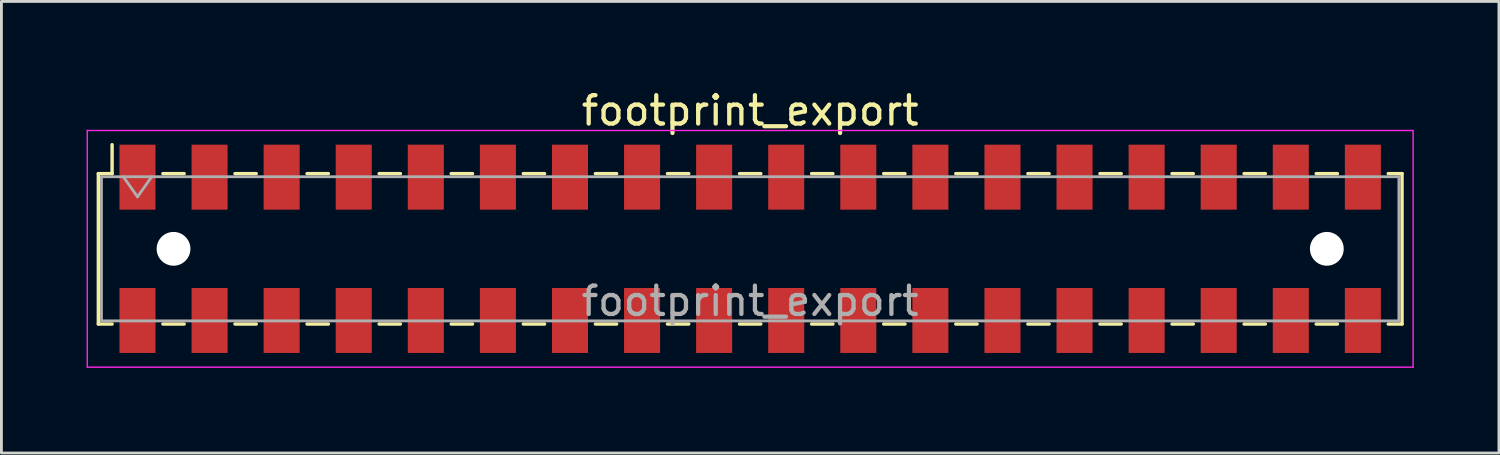
<source format=kicad_pcb>
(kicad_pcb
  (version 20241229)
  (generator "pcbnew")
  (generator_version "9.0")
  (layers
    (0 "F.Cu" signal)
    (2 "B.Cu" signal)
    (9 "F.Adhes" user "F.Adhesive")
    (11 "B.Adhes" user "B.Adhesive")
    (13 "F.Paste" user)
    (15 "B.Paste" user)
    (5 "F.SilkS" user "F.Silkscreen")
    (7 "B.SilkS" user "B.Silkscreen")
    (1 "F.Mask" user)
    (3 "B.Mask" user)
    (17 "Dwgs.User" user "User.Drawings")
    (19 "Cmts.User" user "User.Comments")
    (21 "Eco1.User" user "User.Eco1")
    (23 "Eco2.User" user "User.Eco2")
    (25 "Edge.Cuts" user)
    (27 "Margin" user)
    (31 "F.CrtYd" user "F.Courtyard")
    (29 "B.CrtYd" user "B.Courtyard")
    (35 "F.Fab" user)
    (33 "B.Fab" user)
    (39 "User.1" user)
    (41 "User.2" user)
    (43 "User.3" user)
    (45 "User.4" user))
  (footprint "footprint_export"
    (layer "F.Cu")
    (at 23.385 5.718)
    (property "Reference" "footprint_export" (at 0 -4.87 0) (layer "F.SilkS") (effects (font (size 1 1) (thickness 0.15))))
    (attr smd)
    (fp_line (start -22.97 -2.65) (end -22.97 2.65) (stroke (width 0.12) (type solid)) (layer "F.SilkS"))
    (fp_line (start -22.97 2.65) (end -22.485 2.65) (stroke (width 0.12) (type solid)) (layer "F.SilkS"))
    (fp_line (start -22.485 -3.67) (end -22.485 -2.65) (stroke (width 0.12) (type solid)) (layer "F.SilkS"))
    (fp_line (start -22.485 -2.65) (end -22.97 -2.65) (stroke (width 0.12) (type solid)) (layer "F.SilkS"))
    (fp_line (start -20.695 -2.65) (end -19.945 -2.65) (stroke (width 0.12) (type solid)) (layer "F.SilkS"))
    (fp_line (start -20.695 2.65) (end -19.945 2.65) (stroke (width 0.12) (type solid)) (layer "F.SilkS"))
    (fp_line (start -18.155 -2.65) (end -17.405 -2.65) (stroke (width 0.12) (type solid)) (layer "F.SilkS"))
    (fp_line (start -18.155 2.65) (end -17.405 2.65) (stroke (width 0.12) (type solid)) (layer "F.SilkS"))
    (fp_line (start -15.615 -2.65) (end -14.865 -2.65) (stroke (width 0.12) (type solid)) (layer "F.SilkS"))
    (fp_line (start -15.615 2.65) (end -14.865 2.65) (stroke (width 0.12) (type solid)) (layer "F.SilkS"))
    (fp_line (start -13.075 -2.65) (end -12.325 -2.65) (stroke (width 0.12) (type solid)) (layer "F.SilkS"))
    (fp_line (start -13.075 2.65) (end -12.325 2.65) (stroke (width 0.12) (type solid)) (layer "F.SilkS"))
    (fp_line (start -10.535 -2.65) (end -9.785 -2.65) (stroke (width 0.12) (type solid)) (layer "F.SilkS"))
    (fp_line (start -10.535 2.65) (end -9.785 2.65) (stroke (width 0.12) (type solid)) (layer "F.SilkS"))
    (fp_line (start -7.995 -2.65) (end -7.245 -2.65) (stroke (width 0.12) (type solid)) (layer "F.SilkS"))
    (fp_line (start -7.995 2.65) (end -7.245 2.65) (stroke (width 0.12) (type solid)) (layer "F.SilkS"))
    (fp_line (start -5.455 -2.65) (end -4.705 -2.65) (stroke (width 0.12) (type solid)) (layer "F.SilkS"))
    (fp_line (start -5.455 2.65) (end -4.705 2.65) (stroke (width 0.12) (type solid)) (layer "F.SilkS"))
    (fp_line (start -2.915 -2.65) (end -2.165 -2.65) (stroke (width 0.12) (type solid)) (layer "F.SilkS"))
    (fp_line (start -2.915 2.65) (end -2.165 2.65) (stroke (width 0.12) (type solid)) (layer "F.SilkS"))
    (fp_line (start -0.375 -2.65) (end 0.375 -2.65) (stroke (width 0.12) (type solid)) (layer "F.SilkS"))
    (fp_line (start -0.375 2.65) (end 0.375 2.65) (stroke (width 0.12) (type solid)) (layer "F.SilkS"))
    (fp_line (start 2.165 -2.65) (end 2.915 -2.65) (stroke (width 0.12) (type solid)) (layer "F.SilkS"))
    (fp_line (start 2.165 2.65) (end 2.915 2.65) (stroke (width 0.12) (type solid)) (layer "F.SilkS"))
    (fp_line (start 4.705 -2.65) (end 5.455 -2.65) (stroke (width 0.12) (type solid)) (layer "F.SilkS"))
    (fp_line (start 4.705 2.65) (end 5.455 2.65) (stroke (width 0.12) (type solid)) (layer "F.SilkS"))
    (fp_line (start 7.245 -2.65) (end 7.995 -2.65) (stroke (width 0.12) (type solid)) (layer "F.SilkS"))
    (fp_line (start 7.245 2.65) (end 7.995 2.65) (stroke (width 0.12) (type solid)) (layer "F.SilkS"))
    (fp_line (start 9.785 -2.65) (end 10.535 -2.65) (stroke (width 0.12) (type solid)) (layer "F.SilkS"))
    (fp_line (start 9.785 2.65) (end 10.535 2.65) (stroke (width 0.12) (type solid)) (layer "F.SilkS"))
    (fp_line (start 12.325 -2.65) (end 13.075 -2.65) (stroke (width 0.12) (type solid)) (layer "F.SilkS"))
    (fp_line (start 12.325 2.65) (end 13.075 2.65) (stroke (width 0.12) (type solid)) (layer "F.SilkS"))
    (fp_line (start 14.865 -2.65) (end 15.615 -2.65) (stroke (width 0.12) (type solid)) (layer "F.SilkS"))
    (fp_line (start 14.865 2.65) (end 15.615 2.65) (stroke (width 0.12) (type solid)) (layer "F.SilkS"))
    (fp_line (start 17.405 -2.65) (end 18.155 -2.65) (stroke (width 0.12) (type solid)) (layer "F.SilkS"))
    (fp_line (start 17.405 2.65) (end 18.155 2.65) (stroke (width 0.12) (type solid)) (layer "F.SilkS"))
    (fp_line (start 19.945 -2.65) (end 20.695 -2.65) (stroke (width 0.12) (type solid)) (layer "F.SilkS"))
    (fp_line (start 19.945 2.65) (end 20.695 2.65) (stroke (width 0.12) (type solid)) (layer "F.SilkS"))
    (fp_line (start 22.485 -2.65) (end 22.97 -2.65) (stroke (width 0.12) (type solid)) (layer "F.SilkS"))
    (fp_line (start 22.97 -2.65) (end 22.97 2.65) (stroke (width 0.12) (type solid)) (layer "F.SilkS"))
    (fp_line (start 22.97 2.65) (end 22.485 2.65) (stroke (width 0.12) (type solid)) (layer "F.SilkS"))
    (fp_line (start -23.36 -4.17) (end 23.36 -4.17) (stroke (width 0.05) (type solid)) (layer "F.CrtYd"))
    (fp_line (start -23.36 4.17) (end -23.36 -4.17) (stroke (width 0.05) (type solid)) (layer "F.CrtYd"))
    (fp_line (start 23.36 -4.17) (end 23.36 4.17) (stroke (width 0.05) (type solid)) (layer "F.CrtYd"))
    (fp_line (start 23.36 4.17) (end -23.36 4.17) (stroke (width 0.05) (type solid)) (layer "F.CrtYd"))
    (fp_line (start -22.86 -2.54) (end 22.86 -2.54) (stroke (width 0.1) (type solid)) (layer "F.Fab"))
    (fp_line (start -22.86 2.54) (end -22.86 -2.54) (stroke (width 0.1) (type solid)) (layer "F.Fab"))
    (fp_line (start -22.09 -2.54) (end -21.59 -1.833) (stroke (width 0.1) (type solid)) (layer "F.Fab"))
    (fp_line (start -21.59 -1.833) (end -21.09 -2.54) (stroke (width 0.1) (type solid)) (layer "F.Fab"))
    (fp_line (start 22.86 -2.54) (end 22.86 2.54) (stroke (width 0.1) (type solid)) (layer "F.Fab"))
    (fp_line (start 22.86 2.54) (end -22.86 2.54) (stroke (width 0.1) (type solid)) (layer "F.Fab"))
    (fp_text user "${REFERENCE}" (at 0 1.84 0) (layer "F.Fab") (effects (font (size 1 1) (thickness 0.15))))
    (pad "" np_thru_hole circle (at -20.32 0) (size 1.19 1.19) (drill 1.19) (layers "*.Cu" "*.Mask"))
    (pad "" np_thru_hole circle (at 20.32 0) (size 1.19 1.19) (drill 1.19) (layers "*.Cu" "*.Mask"))
    (pad "1" smd rect (at -21.59 -2.525) (size 1.27 2.29) (layers "F.Cu" "F.Mask" "F.Paste"))
    (pad "2" smd rect (at -21.59 2.525) (size 1.27 2.29) (layers "F.Cu" "F.Mask" "F.Paste"))
    (pad "3" smd rect (at -19.05 -2.525) (size 1.27 2.29) (layers "F.Cu" "F.Mask" "F.Paste"))
    (pad "4" smd rect (at -19.05 2.525) (size 1.27 2.29) (layers "F.Cu" "F.Mask" "F.Paste"))
    (pad "5" smd rect (at -16.51 -2.525) (size 1.27 2.29) (layers "F.Cu" "F.Mask" "F.Paste"))
    (pad "6" smd rect (at -16.51 2.525) (size 1.27 2.29) (layers "F.Cu" "F.Mask" "F.Paste"))
    (pad "7" smd rect (at -13.97 -2.525) (size 1.27 2.29) (layers "F.Cu" "F.Mask" "F.Paste"))
    (pad "8" smd rect (at -13.97 2.525) (size 1.27 2.29) (layers "F.Cu" "F.Mask" "F.Paste"))
    (pad "9" smd rect (at -11.43 -2.525) (size 1.27 2.29) (layers "F.Cu" "F.Mask" "F.Paste"))
    (pad "10" smd rect (at -11.43 2.525) (size 1.27 2.29) (layers "F.Cu" "F.Mask" "F.Paste"))
    (pad "11" smd rect (at -8.89 -2.525) (size 1.27 2.29) (layers "F.Cu" "F.Mask" "F.Paste"))
    (pad "12" smd rect (at -8.89 2.525) (size 1.27 2.29) (layers "F.Cu" "F.Mask" "F.Paste"))
    (pad "13" smd rect (at -6.35 -2.525) (size 1.27 2.29) (layers "F.Cu" "F.Mask" "F.Paste"))
    (pad "14" smd rect (at -6.35 2.525) (size 1.27 2.29) (layers "F.Cu" "F.Mask" "F.Paste"))
    (pad "15" smd rect (at -3.81 -2.525) (size 1.27 2.29) (layers "F.Cu" "F.Mask" "F.Paste"))
    (pad "16" smd rect (at -3.81 2.525) (size 1.27 2.29) (layers "F.Cu" "F.Mask" "F.Paste"))
    (pad "17" smd rect (at -1.27 -2.525) (size 1.27 2.29) (layers "F.Cu" "F.Mask" "F.Paste"))
    (pad "18" smd rect (at -1.27 2.525) (size 1.27 2.29) (layers "F.Cu" "F.Mask" "F.Paste"))
    (pad "19" smd rect (at 1.27 -2.525) (size 1.27 2.29) (layers "F.Cu" "F.Mask" "F.Paste"))
    (pad "20" smd rect (at 1.27 2.525) (size 1.27 2.29) (layers "F.Cu" "F.Mask" "F.Paste"))
    (pad "21" smd rect (at 3.81 -2.525) (size 1.27 2.29) (layers "F.Cu" "F.Mask" "F.Paste"))
    (pad "22" smd rect (at 3.81 2.525) (size 1.27 2.29) (layers "F.Cu" "F.Mask" "F.Paste"))
    (pad "23" smd rect (at 6.35 -2.525) (size 1.27 2.29) (layers "F.Cu" "F.Mask" "F.Paste"))
    (pad "24" smd rect (at 6.35 2.525) (size 1.27 2.29) (layers "F.Cu" "F.Mask" "F.Paste"))
    (pad "25" smd rect (at 8.89 -2.525) (size 1.27 2.29) (layers "F.Cu" "F.Mask" "F.Paste"))
    (pad "26" smd rect (at 8.89 2.525) (size 1.27 2.29) (layers "F.Cu" "F.Mask" "F.Paste"))
    (pad "27" smd rect (at 11.43 -2.525) (size 1.27 2.29) (layers "F.Cu" "F.Mask" "F.Paste"))
    (pad "28" smd rect (at 11.43 2.525) (size 1.27 2.29) (layers "F.Cu" "F.Mask" "F.Paste"))
    (pad "29" smd rect (at 13.97 -2.525) (size 1.27 2.29) (layers "F.Cu" "F.Mask" "F.Paste"))
    (pad "30" smd rect (at 13.97 2.525) (size 1.27 2.29) (layers "F.Cu" "F.Mask" "F.Paste"))
    (pad "31" smd rect (at 16.51 -2.525) (size 1.27 2.29) (layers "F.Cu" "F.Mask" "F.Paste"))
    (pad "32" smd rect (at 16.51 2.525) (size 1.27 2.29) (layers "F.Cu" "F.Mask" "F.Paste"))
    (pad "33" smd rect (at 19.05 -2.525) (size 1.27 2.29) (layers "F.Cu" "F.Mask" "F.Paste"))
    (pad "34" smd rect (at 19.05 2.525) (size 1.27 2.29) (layers "F.Cu" "F.Mask" "F.Paste"))
    (pad "35" smd rect (at 21.59 -2.525) (size 1.27 2.29) (layers "F.Cu" "F.Mask" "F.Paste"))
    (pad "36" smd rect (at 21.59 2.525) (size 1.27 2.29) (layers "F.Cu" "F.Mask" "F.Paste")))
  (gr_rect
    (start -3 -3)
    (end 49.77 12.913)
    (stroke (width 0.1) (type default))
    (fill no)
    (layer "Edge.Cuts")))
</source>
